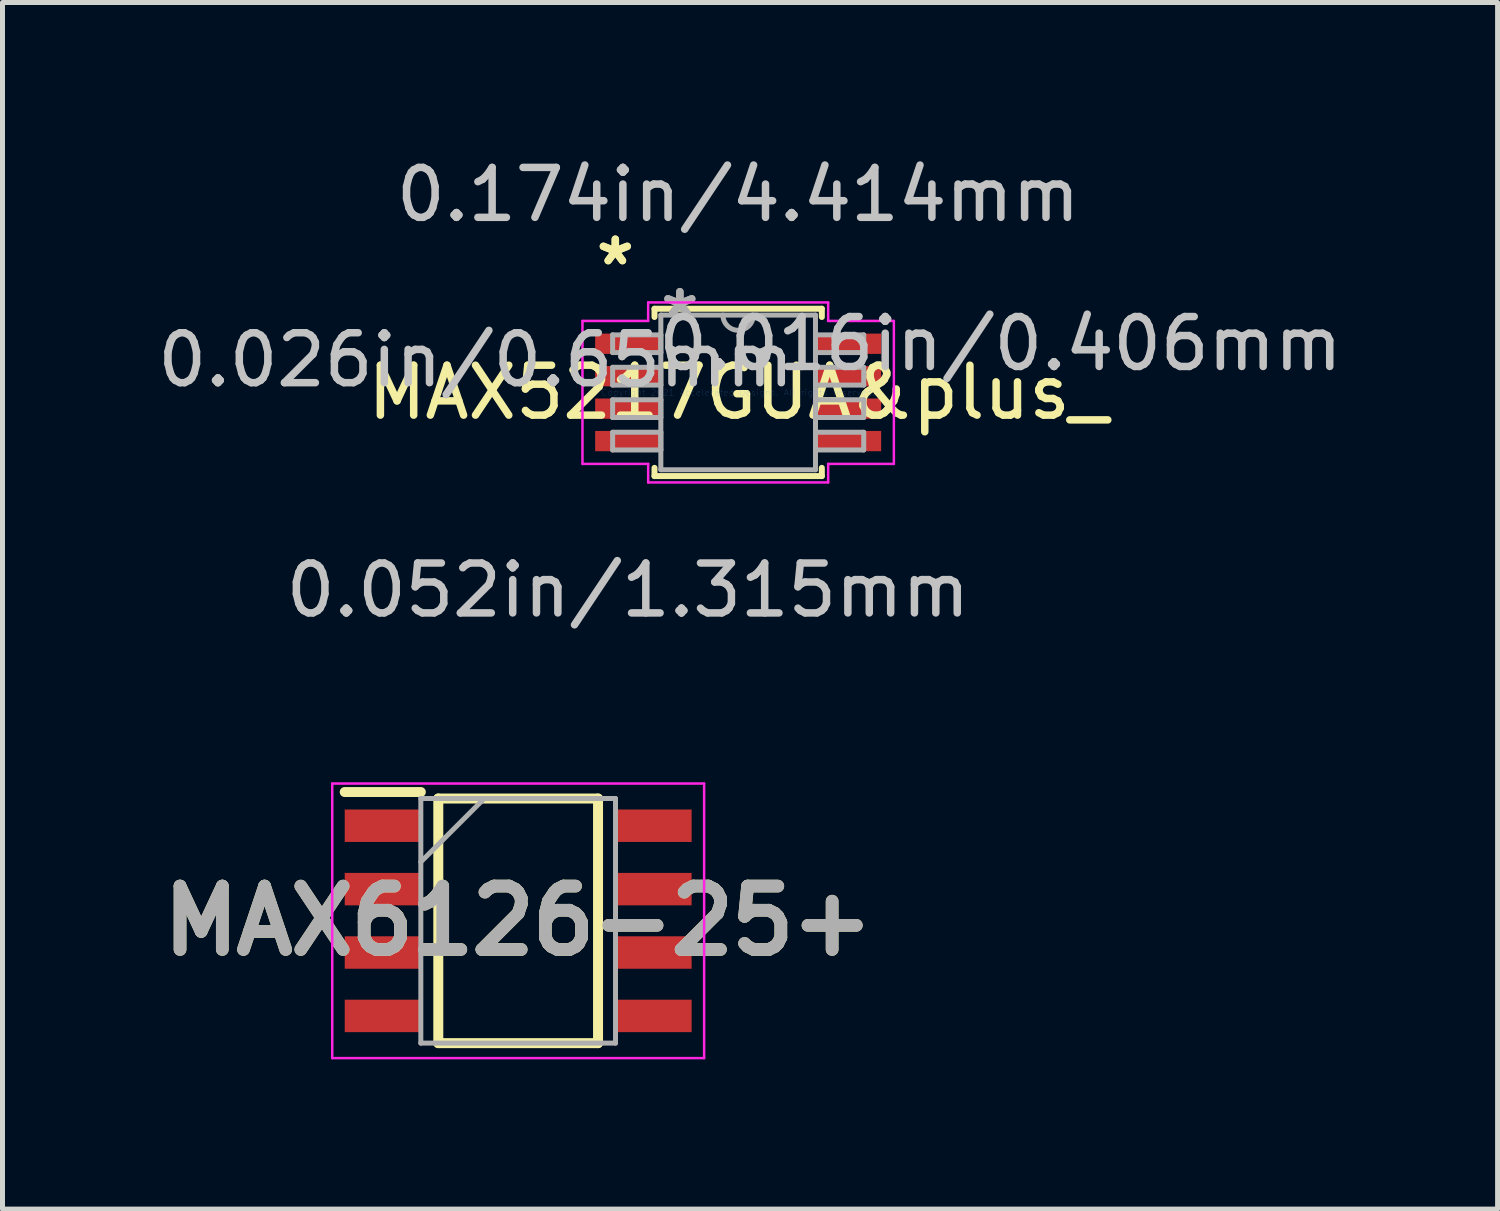
<source format=kicad_pcb>
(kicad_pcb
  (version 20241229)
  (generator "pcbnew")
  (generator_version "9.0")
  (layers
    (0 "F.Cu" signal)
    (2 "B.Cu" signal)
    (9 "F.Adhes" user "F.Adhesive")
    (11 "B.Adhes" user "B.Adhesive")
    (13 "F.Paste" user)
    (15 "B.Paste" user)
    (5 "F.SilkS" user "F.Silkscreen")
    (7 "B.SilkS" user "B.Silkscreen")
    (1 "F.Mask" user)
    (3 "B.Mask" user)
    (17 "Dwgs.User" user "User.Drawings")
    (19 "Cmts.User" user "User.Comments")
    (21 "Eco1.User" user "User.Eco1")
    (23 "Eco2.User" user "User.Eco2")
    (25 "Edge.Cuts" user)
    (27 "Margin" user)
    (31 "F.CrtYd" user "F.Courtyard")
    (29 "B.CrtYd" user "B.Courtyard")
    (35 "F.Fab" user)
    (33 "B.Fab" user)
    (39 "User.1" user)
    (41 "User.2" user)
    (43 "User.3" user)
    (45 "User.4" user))
  (footprint "MAX6126-25+"
    (layer "F.Cu")
    (at 7.33 15.396)
    (property "Reference" "MAX6126-25+" (at 0 0 0) (layer "F.SilkS") (effects (font (size 1.27 1.27) (thickness 0.254))))
    (attr smd)
    (fp_line (start -3.475 -2.58) (end -1.95 -2.58) (stroke (width 0.2) (type solid)) (layer "F.SilkS"))
    (fp_line (start -1.6 -2.45) (end 1.6 -2.45) (stroke (width 0.2) (type solid)) (layer "F.SilkS"))
    (fp_line (start -1.6 2.45) (end -1.6 -2.45) (stroke (width 0.2) (type solid)) (layer "F.SilkS"))
    (fp_line (start 1.6 -2.45) (end 1.6 2.45) (stroke (width 0.2) (type solid)) (layer "F.SilkS"))
    (fp_line (start 1.6 2.45) (end -1.6 2.45) (stroke (width 0.2) (type solid)) (layer "F.SilkS"))
    (fp_line (start -3.725 -2.75) (end 3.725 -2.75) (stroke (width 0.05) (type solid)) (layer "F.CrtYd"))
    (fp_line (start -3.725 2.75) (end -3.725 -2.75) (stroke (width 0.05) (type solid)) (layer "F.CrtYd"))
    (fp_line (start 3.725 -2.75) (end 3.725 2.75) (stroke (width 0.05) (type solid)) (layer "F.CrtYd"))
    (fp_line (start 3.725 2.75) (end -3.725 2.75) (stroke (width 0.05) (type solid)) (layer "F.CrtYd"))
    (fp_line (start -1.95 -2.45) (end 1.95 -2.45) (stroke (width 0.1) (type solid)) (layer "F.Fab"))
    (fp_line (start -1.95 -1.18) (end -0.68 -2.45) (stroke (width 0.1) (type solid)) (layer "F.Fab"))
    (fp_line (start -1.95 2.45) (end -1.95 -2.45) (stroke (width 0.1) (type solid)) (layer "F.Fab"))
    (fp_line (start 1.95 -2.45) (end 1.95 2.45) (stroke (width 0.1) (type solid)) (layer "F.Fab"))
    (fp_line (start 1.95 2.45) (end -1.95 2.45) (stroke (width 0.1) (type solid)) (layer "F.Fab"))
    (fp_text user "${REFERENCE}" (at 0 0 0) (layer "F.Fab") (effects (font (size 1.27 1.27) (thickness 0.254))))
    (pad "1" smd rect (at -2.712 -1.905 90) (size 0.65 1.525) (layers "F.Cu" "F.Mask" "F.Paste"))
    (pad "2" smd rect (at -2.712 -0.635 90) (size 0.65 1.525) (layers "F.Cu" "F.Mask" "F.Paste"))
    (pad "3" smd rect (at -2.712 0.635 90) (size 0.65 1.525) (layers "F.Cu" "F.Mask" "F.Paste"))
    (pad "4" smd rect (at -2.712 1.905 90) (size 0.65 1.525) (layers "F.Cu" "F.Mask" "F.Paste"))
    (pad "5" smd rect (at 2.712 1.905 90) (size 0.65 1.525) (layers "F.Cu" "F.Mask" "F.Paste"))
    (pad "6" smd rect (at 2.712 0.635 90) (size 0.65 1.525) (layers "F.Cu" "F.Mask" "F.Paste"))
    (pad "7" smd rect (at 2.712 -0.635 90) (size 0.65 1.525) (layers "F.Cu" "F.Mask" "F.Paste"))
    (pad "8" smd rect (at 2.712 -1.905 90) (size 0.65 1.525) (layers "F.Cu" "F.Mask" "F.Paste")))
  (footprint "MAX5217GUA&plus_"
    (layer "F.Cu")
    (at 11.737 4.811)
    (property "Reference" "MAX5217GUA&plus_" (at 0 0 0) (layer "F.SilkS") (effects (font (size 1 1) (thickness 0.15))))
    (attr through_hole)
    (fp_line (start -1.676 -1.676) (end -1.676 -1.511) (stroke (width 0.12) (type solid)) (layer "F.SilkS"))
    (fp_line (start -1.676 1.511) (end -1.676 1.676) (stroke (width 0.12) (type solid)) (layer "F.SilkS"))
    (fp_line (start -1.676 1.676) (end 1.676 1.676) (stroke (width 0.12) (type solid)) (layer "F.SilkS"))
    (fp_line (start 1.676 -1.676) (end -1.676 -1.676) (stroke (width 0.12) (type solid)) (layer "F.SilkS"))
    (fp_line (start 1.676 -1.511) (end 1.676 -1.676) (stroke (width 0.12) (type solid)) (layer "F.SilkS"))
    (fp_line (start 1.676 1.676) (end 1.676 1.511) (stroke (width 0.12) (type solid)) (layer "F.SilkS"))
    (fp_line (start -3.119 -1.432) (end -1.803 -1.432) (stroke (width 0.05) (type solid)) (layer "F.CrtYd"))
    (fp_line (start -3.119 1.432) (end -3.119 -1.432) (stroke (width 0.05) (type solid)) (layer "F.CrtYd"))
    (fp_line (start -1.803 -1.803) (end 1.803 -1.803) (stroke (width 0.05) (type solid)) (layer "F.CrtYd"))
    (fp_line (start -1.803 -1.432) (end -1.803 -1.803) (stroke (width 0.05) (type solid)) (layer "F.CrtYd"))
    (fp_line (start -1.803 1.432) (end -3.119 1.432) (stroke (width 0.05) (type solid)) (layer "F.CrtYd"))
    (fp_line (start -1.803 1.803) (end -1.803 1.432) (stroke (width 0.05) (type solid)) (layer "F.CrtYd"))
    (fp_line (start 1.803 -1.803) (end 1.803 -1.432) (stroke (width 0.05) (type solid)) (layer "F.CrtYd"))
    (fp_line (start 1.803 -1.432) (end 3.119 -1.432) (stroke (width 0.05) (type solid)) (layer "F.CrtYd"))
    (fp_line (start 1.803 1.432) (end 1.803 1.803) (stroke (width 0.05) (type solid)) (layer "F.CrtYd"))
    (fp_line (start 1.803 1.803) (end -1.803 1.803) (stroke (width 0.05) (type solid)) (layer "F.CrtYd"))
    (fp_line (start 3.119 -1.432) (end 3.119 1.432) (stroke (width 0.05) (type solid)) (layer "F.CrtYd"))
    (fp_line (start 3.119 1.432) (end 1.803 1.432) (stroke (width 0.05) (type solid)) (layer "F.CrtYd"))
    (fp_line (start -2.515 -1.153) (end -2.515 -0.798) (stroke (width 0.1) (type solid)) (layer "F.Fab"))
    (fp_line (start -2.515 -0.798) (end -1.549 -0.798) (stroke (width 0.1) (type solid)) (layer "F.Fab"))
    (fp_line (start -2.515 -0.503) (end -2.515 -0.147) (stroke (width 0.1) (type solid)) (layer "F.Fab"))
    (fp_line (start -2.515 -0.147) (end -1.549 -0.147) (stroke (width 0.1) (type solid)) (layer "F.Fab"))
    (fp_line (start -2.515 0.147) (end -2.515 0.503) (stroke (width 0.1) (type solid)) (layer "F.Fab"))
    (fp_line (start -2.515 0.503) (end -1.549 0.503) (stroke (width 0.1) (type solid)) (layer "F.Fab"))
    (fp_line (start -2.515 0.798) (end -2.515 1.153) (stroke (width 0.1) (type solid)) (layer "F.Fab"))
    (fp_line (start -2.515 1.153) (end -1.549 1.153) (stroke (width 0.1) (type solid)) (layer "F.Fab"))
    (fp_line (start -1.549 -1.549) (end -1.549 1.549) (stroke (width 0.1) (type solid)) (layer "F.Fab"))
    (fp_line (start -1.549 -1.153) (end -2.515 -1.153) (stroke (width 0.1) (type solid)) (layer "F.Fab"))
    (fp_line (start -1.549 -0.798) (end -1.549 -1.153) (stroke (width 0.1) (type solid)) (layer "F.Fab"))
    (fp_line (start -1.549 -0.503) (end -2.515 -0.503) (stroke (width 0.1) (type solid)) (layer "F.Fab"))
    (fp_line (start -1.549 -0.147) (end -1.549 -0.503) (stroke (width 0.1) (type solid)) (layer "F.Fab"))
    (fp_line (start -1.549 0.147) (end -2.515 0.147) (stroke (width 0.1) (type solid)) (layer "F.Fab"))
    (fp_line (start -1.549 0.503) (end -1.549 0.147) (stroke (width 0.1) (type solid)) (layer "F.Fab"))
    (fp_line (start -1.549 0.798) (end -2.515 0.798) (stroke (width 0.1) (type solid)) (layer "F.Fab"))
    (fp_line (start -1.549 1.153) (end -1.549 0.798) (stroke (width 0.1) (type solid)) (layer "F.Fab"))
    (fp_line (start -1.549 1.549) (end 1.549 1.549) (stroke (width 0.1) (type solid)) (layer "F.Fab"))
    (fp_line (start 1.549 -1.549) (end -1.549 -1.549) (stroke (width 0.1) (type solid)) (layer "F.Fab"))
    (fp_line (start 1.549 -1.153) (end 1.549 -0.798) (stroke (width 0.1) (type solid)) (layer "F.Fab"))
    (fp_line (start 1.549 -0.798) (end 2.515 -0.798) (stroke (width 0.1) (type solid)) (layer "F.Fab"))
    (fp_line (start 1.549 -0.503) (end 1.549 -0.147) (stroke (width 0.1) (type solid)) (layer "F.Fab"))
    (fp_line (start 1.549 -0.147) (end 2.515 -0.147) (stroke (width 0.1) (type solid)) (layer "F.Fab"))
    (fp_line (start 1.549 0.147) (end 1.549 0.503) (stroke (width 0.1) (type solid)) (layer "F.Fab"))
    (fp_line (start 1.549 0.503) (end 2.515 0.503) (stroke (width 0.1) (type solid)) (layer "F.Fab"))
    (fp_line (start 1.549 0.798) (end 1.549 1.153) (stroke (width 0.1) (type solid)) (layer "F.Fab"))
    (fp_line (start 1.549 1.153) (end 2.515 1.153) (stroke (width 0.1) (type solid)) (layer "F.Fab"))
    (fp_line (start 1.549 1.549) (end 1.549 -1.549) (stroke (width 0.1) (type solid)) (layer "F.Fab"))
    (fp_line (start 2.515 -1.153) (end 1.549 -1.153) (stroke (width 0.1) (type solid)) (layer "F.Fab"))
    (fp_line (start 2.515 -0.798) (end 2.515 -1.153) (stroke (width 0.1) (type solid)) (layer "F.Fab"))
    (fp_line (start 2.515 -0.503) (end 1.549 -0.503) (stroke (width 0.1) (type solid)) (layer "F.Fab"))
    (fp_line (start 2.515 -0.147) (end 2.515 -0.503) (stroke (width 0.1) (type solid)) (layer "F.Fab"))
    (fp_line (start 2.515 0.147) (end 1.549 0.147) (stroke (width 0.1) (type solid)) (layer "F.Fab"))
    (fp_line (start 2.515 0.503) (end 2.515 0.147) (stroke (width 0.1) (type solid)) (layer "F.Fab"))
    (fp_line (start 2.515 0.798) (end 1.549 0.798) (stroke (width 0.1) (type solid)) (layer "F.Fab"))
    (fp_line (start 2.515 1.153) (end 2.515 0.798) (stroke (width 0.1) (type solid)) (layer "F.Fab"))
    (fp_arc (start 0.3048 -1.5494) (mid 0 -1.2446) (end -0.3048 -1.5494) (stroke (width 0.1) (type solid)) (layer "F.Fab"))
    (fp_text user "*" (at -2.461 -2.524 0) (layer "F.SilkS") (effects (font (size 1 1) (thickness 0.15))))
    (fp_text user "*" (at -2.461 -2.524 0) (layer "F.SilkS") (effects (font (size 1 1) (thickness 0.15))))
    (fp_text user "0.016in/0.406mm" (at 5.255 -0.975 0) (layer "Dwgs.User") (effects (font (size 1 1) (thickness 0.15))))
    (fp_text user "0.026in/0.65mm" (at -5.255 -0.65 0) (layer "Dwgs.User") (effects (font (size 1 1) (thickness 0.15))))
    (fp_text user "0.052in/1.315mm" (at -2.207 3.962 0) (layer "Dwgs.User") (effects (font (size 1 1) (thickness 0.15))))
    (fp_text user "0.174in/4.414mm" (at 0 -3.962 0) (layer "Dwgs.User") (effects (font (size 1 1) (thickness 0.15))))
    (fp_text user "Copyright 2021 Accelerated Designs. All rights reserved." (at 0 0 0) (layer "Cmts.User") (effects (font (size 0.127 0.127) (thickness 0.002))))
    (fp_text user "*" (at -1.168 -1.473 0) (layer "F.Fab") (effects (font (size 1 1) (thickness 0.15))))
    (fp_text user "*" (at -1.168 -1.473 0) (layer "F.Fab") (effects (font (size 1 1) (thickness 0.15))))
    (pad "1" smd rect (at -2.207 -0.975) (size 1.315 0.406) (layers "F.Cu" "F.Mask" "F.Paste"))
    (pad "2" smd rect (at -2.207 -0.325) (size 1.315 0.406) (layers "F.Cu" "F.Mask" "F.Paste"))
    (pad "3" smd rect (at -2.207 0.325) (size 1.315 0.406) (layers "F.Cu" "F.Mask" "F.Paste"))
    (pad "4" smd rect (at -2.207 0.975) (size 1.315 0.406) (layers "F.Cu" "F.Mask" "F.Paste"))
    (pad "5" smd rect (at 2.207 0.975) (size 1.315 0.406) (layers "F.Cu" "F.Mask" "F.Paste"))
    (pad "6" smd rect (at 2.207 0.325) (size 1.315 0.406) (layers "F.Cu" "F.Mask" "F.Paste"))
    (pad "7" smd rect (at 2.207 -0.325) (size 1.315 0.406) (layers "F.Cu" "F.Mask" "F.Paste"))
    (pad "8" smd rect (at 2.207 -0.975) (size 1.315 0.406) (layers "F.Cu" "F.Mask" "F.Paste")))
  (gr_rect
    (start -3 -3)
    (end 26.95 21.171)
    (stroke (width 0.1) (type default))
    (fill no)
    (layer "Edge.Cuts")))
</source>
